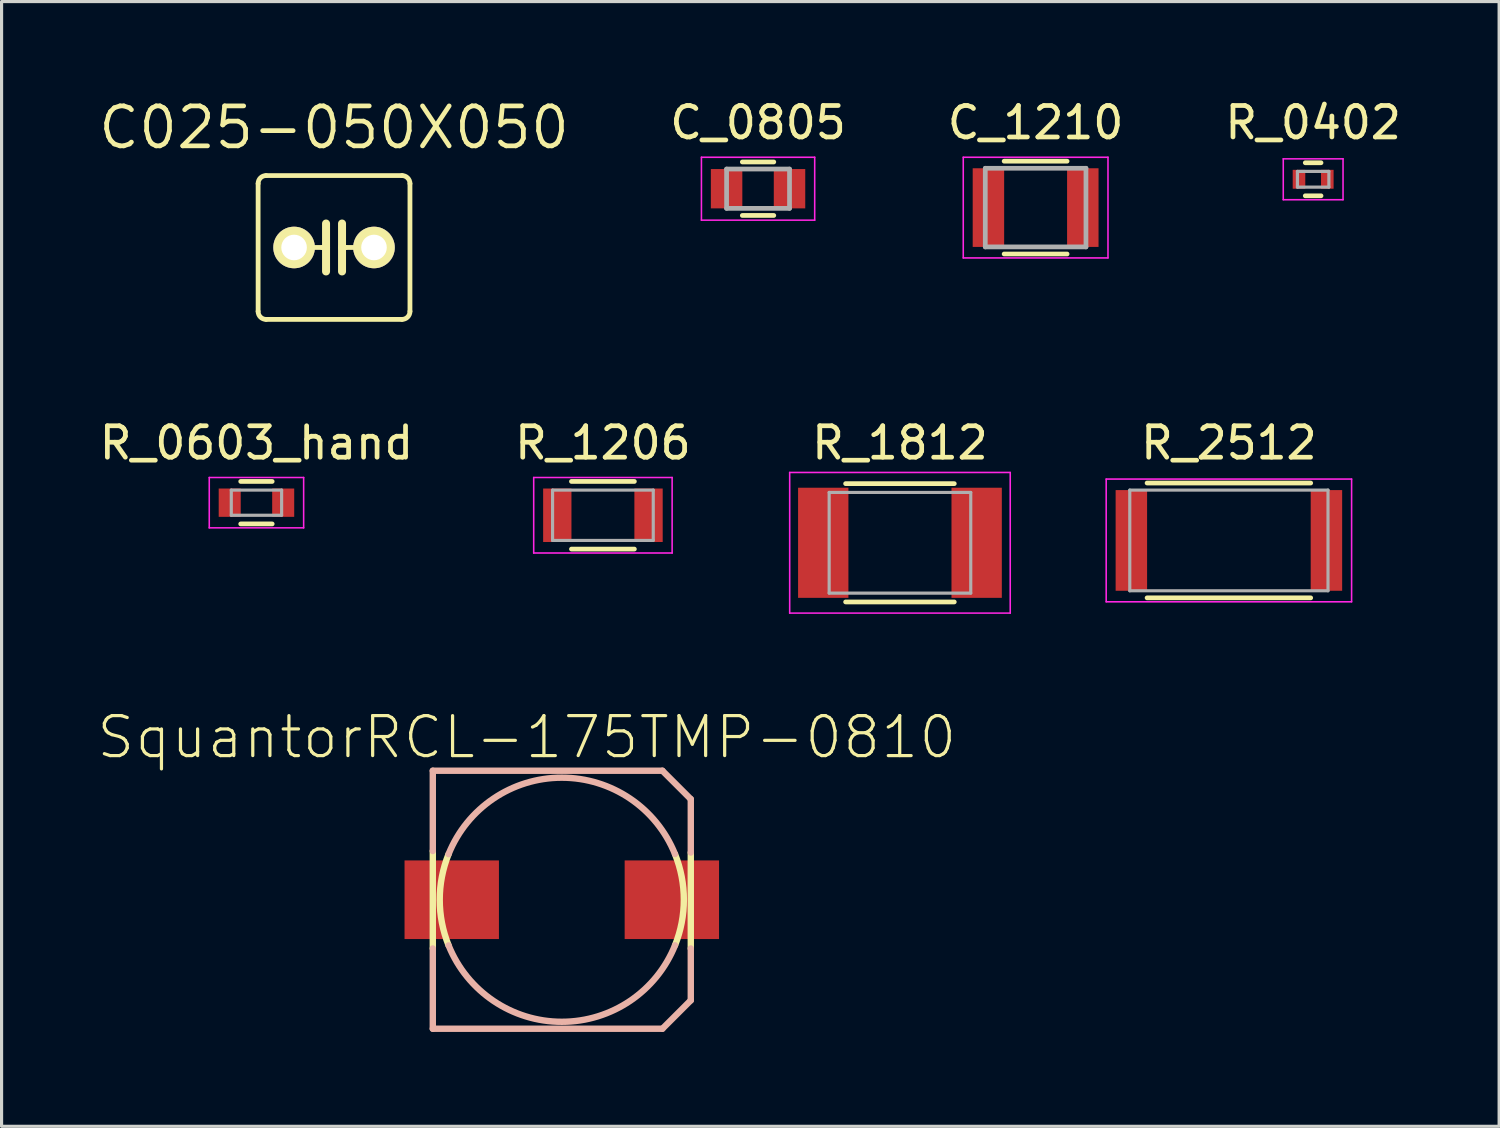
<source format=kicad_pcb>
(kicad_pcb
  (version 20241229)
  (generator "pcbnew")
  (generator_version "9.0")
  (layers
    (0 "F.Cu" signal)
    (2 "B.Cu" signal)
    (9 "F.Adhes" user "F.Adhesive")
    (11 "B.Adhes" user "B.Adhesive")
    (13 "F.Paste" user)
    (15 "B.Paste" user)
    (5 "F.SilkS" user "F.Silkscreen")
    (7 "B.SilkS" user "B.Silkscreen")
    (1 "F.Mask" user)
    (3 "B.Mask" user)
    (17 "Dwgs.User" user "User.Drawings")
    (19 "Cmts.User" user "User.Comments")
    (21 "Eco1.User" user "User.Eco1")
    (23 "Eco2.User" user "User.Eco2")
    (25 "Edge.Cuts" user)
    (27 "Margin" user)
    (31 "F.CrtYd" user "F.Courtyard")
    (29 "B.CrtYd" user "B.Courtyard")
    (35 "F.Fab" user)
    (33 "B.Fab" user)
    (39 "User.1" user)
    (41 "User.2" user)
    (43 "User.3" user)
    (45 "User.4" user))
  (footprint "C_1210"
    (layer "F.Cu")
    (at 29.866 3.548)
    (property "Reference" "C_1210" (at 0 -2.7 0) (layer "F.SilkS") (effects (font (size 1 1) (thickness 0.15))))
    (attr smd)
    (fp_line (start -1 1.475) (end 1 1.475) (stroke (width 0.15) (type solid)) (layer "F.SilkS"))
    (fp_line (start 1 -1.475) (end -1 -1.475) (stroke (width 0.15) (type solid)) (layer "F.SilkS"))
    (fp_line (start -2.3 -1.6) (end -2.3 1.6) (stroke (width 0.05) (type solid)) (layer "F.CrtYd"))
    (fp_line (start -2.3 -1.6) (end 2.3 -1.6) (stroke (width 0.05) (type solid)) (layer "F.CrtYd"))
    (fp_line (start -2.3 1.6) (end 2.3 1.6) (stroke (width 0.05) (type solid)) (layer "F.CrtYd"))
    (fp_line (start 2.3 -1.6) (end 2.3 1.6) (stroke (width 0.05) (type solid)) (layer "F.CrtYd"))
    (fp_line (start -1.6 -1.25) (end 1.6 -1.25) (stroke (width 0.15) (type solid)) (layer "F.Fab"))
    (fp_line (start -1.6 1.25) (end -1.6 -1.25) (stroke (width 0.15) (type solid)) (layer "F.Fab"))
    (fp_line (start 1.6 -1.25) (end 1.6 1.25) (stroke (width 0.15) (type solid)) (layer "F.Fab"))
    (fp_line (start 1.6 1.25) (end -1.6 1.25) (stroke (width 0.15) (type solid)) (layer "F.Fab"))
    (pad "1" smd rect (at -1.5 0) (size 1 2.5) (layers "F.Cu" "F.Mask" "F.Paste"))
    (pad "2" smd rect (at 1.5 0) (size 1 2.5) (layers "F.Cu" "F.Mask" "F.Paste")))
  (footprint "R_1206"
    (layer "F.Cu")
    (at 16.113 13.327)
    (property "Reference" "R_1206" (at 0 -2.3 0) (layer "F.SilkS") (effects (font (size 1 1) (thickness 0.15))))
    (attr smd)
    (fp_line (start -1 -1.075) (end 1 -1.075) (stroke (width 0.15) (type solid)) (layer "F.SilkS"))
    (fp_line (start 1 1.075) (end -1 1.075) (stroke (width 0.15) (type solid)) (layer "F.SilkS"))
    (fp_line (start -2.2 -1.2) (end -2.2 1.2) (stroke (width 0.05) (type solid)) (layer "F.CrtYd"))
    (fp_line (start -2.2 -1.2) (end 2.2 -1.2) (stroke (width 0.05) (type solid)) (layer "F.CrtYd"))
    (fp_line (start -2.2 1.2) (end 2.2 1.2) (stroke (width 0.05) (type solid)) (layer "F.CrtYd"))
    (fp_line (start 2.2 -1.2) (end 2.2 1.2) (stroke (width 0.05) (type solid)) (layer "F.CrtYd"))
    (fp_line (start -1.6 -0.8) (end 1.6 -0.8) (stroke (width 0.1) (type solid)) (layer "F.Fab"))
    (fp_line (start -1.6 0.8) (end -1.6 -0.8) (stroke (width 0.1) (type solid)) (layer "F.Fab"))
    (fp_line (start 1.6 -0.8) (end 1.6 0.8) (stroke (width 0.1) (type solid)) (layer "F.Fab"))
    (fp_line (start 1.6 0.8) (end -1.6 0.8) (stroke (width 0.1) (type solid)) (layer "F.Fab"))
    (pad "1" smd rect (at -1.45 0) (size 0.9 1.7) (layers "F.Cu" "F.Mask" "F.Paste"))
    (pad "2" smd rect (at 1.45 0) (size 0.9 1.7) (layers "F.Cu" "F.Mask" "F.Paste")))
  (footprint "R_0603_hand"
    (layer "F.Cu")
    (at 5.101 12.927)
    (property "Reference" "R_0603_hand" (at 0 -1.9 0) (layer "F.SilkS") (effects (font (size 1 1) (thickness 0.15))))
    (attr smd)
    (fp_line (start -0.5 -0.675) (end 0.5 -0.675) (stroke (width 0.15) (type solid)) (layer "F.SilkS"))
    (fp_line (start 0.5 0.675) (end -0.5 0.675) (stroke (width 0.15) (type solid)) (layer "F.SilkS"))
    (fp_line (start -1.5 -0.8) (end -1.5 0.8) (stroke (width 0.05) (type solid)) (layer "F.CrtYd"))
    (fp_line (start -1.5 -0.8) (end 1.5 -0.8) (stroke (width 0.05) (type solid)) (layer "F.CrtYd"))
    (fp_line (start -1.5 0.8) (end 1.5 0.8) (stroke (width 0.05) (type solid)) (layer "F.CrtYd"))
    (fp_line (start 1.5 -0.8) (end 1.5 0.8) (stroke (width 0.05) (type solid)) (layer "F.CrtYd"))
    (fp_line (start -0.8 -0.4) (end 0.8 -0.4) (stroke (width 0.1) (type solid)) (layer "F.Fab"))
    (fp_line (start -0.8 0.4) (end -0.8 -0.4) (stroke (width 0.1) (type solid)) (layer "F.Fab"))
    (fp_line (start 0.8 -0.4) (end 0.8 0.4) (stroke (width 0.1) (type solid)) (layer "F.Fab"))
    (fp_line (start 0.8 0.4) (end -0.8 0.4) (stroke (width 0.1) (type solid)) (layer "F.Fab"))
    (pad "1" smd rect (at -0.85 0) (size 0.7 0.9) (layers "F.Cu" "F.Mask" "F.Paste"))
    (pad "2" smd rect (at 0.85 0) (size 0.7 0.9) (layers "F.Cu" "F.Mask" "F.Paste")))
  (footprint "R_1812"
    (layer "F.Cu")
    (at 25.554 14.202)
    (property "Reference" "R_1812" (at 0 -3.175 0) (layer "F.SilkS") (effects (font (size 1 1) (thickness 0.15))))
    (attr smd)
    (fp_line (start -1.727 -1.88) (end 1.727 -1.88) (stroke (width 0.15) (type solid)) (layer "F.SilkS"))
    (fp_line (start -1.727 1.88) (end 1.727 1.88) (stroke (width 0.15) (type solid)) (layer "F.SilkS"))
    (fp_line (start -3.505 -2.235) (end 3.505 -2.235) (stroke (width 0.05) (type solid)) (layer "F.CrtYd"))
    (fp_line (start -3.505 2.235) (end -3.505 -2.235) (stroke (width 0.05) (type solid)) (layer "F.CrtYd"))
    (fp_line (start 3.505 -2.235) (end 3.505 2.235) (stroke (width 0.05) (type solid)) (layer "F.CrtYd"))
    (fp_line (start 3.505 2.235) (end -3.505 2.235) (stroke (width 0.05) (type solid)) (layer "F.CrtYd"))
    (fp_line (start -2.25 -1.6) (end 2.25 -1.6) (stroke (width 0.1) (type solid)) (layer "F.Fab"))
    (fp_line (start -2.25 1.6) (end -2.25 -1.6) (stroke (width 0.1) (type solid)) (layer "F.Fab"))
    (fp_line (start 2.25 -1.6) (end 2.25 1.6) (stroke (width 0.1) (type solid)) (layer "F.Fab"))
    (fp_line (start 2.25 1.6) (end -2.25 1.6) (stroke (width 0.1) (type solid)) (layer "F.Fab"))
    (pad "1" smd rect (at -2.438 0) (size 1.6 3.5) (layers "F.Cu" "F.Mask" "F.Paste"))
    (pad "2" smd rect (at 2.438 0) (size 1.6 3.5) (layers "F.Cu" "F.Mask" "F.Paste")))
  (footprint "R_2512"
    (layer "F.Cu")
    (at 36.009 14.127)
    (property "Reference" "R_2512" (at 0 -3.1 0) (layer "F.SilkS") (effects (font (size 1 1) (thickness 0.15))))
    (attr smd)
    (fp_line (start -2.6 -1.825) (end 2.6 -1.825) (stroke (width 0.15) (type solid)) (layer "F.SilkS"))
    (fp_line (start 2.6 1.825) (end -2.6 1.825) (stroke (width 0.15) (type solid)) (layer "F.SilkS"))
    (fp_line (start -3.9 -1.95) (end -3.9 1.95) (stroke (width 0.05) (type solid)) (layer "F.CrtYd"))
    (fp_line (start -3.9 -1.95) (end 3.9 -1.95) (stroke (width 0.05) (type solid)) (layer "F.CrtYd"))
    (fp_line (start -3.9 1.95) (end 3.9 1.95) (stroke (width 0.05) (type solid)) (layer "F.CrtYd"))
    (fp_line (start 3.9 -1.95) (end 3.9 1.95) (stroke (width 0.05) (type solid)) (layer "F.CrtYd"))
    (fp_line (start -3.15 -1.6) (end 3.15 -1.6) (stroke (width 0.1) (type solid)) (layer "F.Fab"))
    (fp_line (start -3.15 1.6) (end -3.15 -1.6) (stroke (width 0.1) (type solid)) (layer "F.Fab"))
    (fp_line (start 3.15 -1.6) (end 3.15 1.6) (stroke (width 0.1) (type solid)) (layer "F.Fab"))
    (fp_line (start 3.15 1.6) (end -3.15 1.6) (stroke (width 0.1) (type solid)) (layer "F.Fab"))
    (pad "1" smd rect (at -3.1 0) (size 1 3.2) (layers "F.Cu" "F.Mask" "F.Paste"))
    (pad "2" smd rect (at 3.1 0) (size 1 3.2) (layers "F.Cu" "F.Mask" "F.Paste")))
  (footprint "R_0402"
    (layer "F.Cu")
    (at 38.687 2.648)
    (property "Reference" "R_0402" (at 0 -1.8 0) (layer "F.SilkS") (effects (font (size 1 1) (thickness 0.15))))
    (attr smd)
    (fp_line (start -0.25 0.525) (end 0.25 0.525) (stroke (width 0.15) (type solid)) (layer "F.SilkS"))
    (fp_line (start 0.25 -0.525) (end -0.25 -0.525) (stroke (width 0.15) (type solid)) (layer "F.SilkS"))
    (fp_line (start -0.95 -0.65) (end -0.95 0.65) (stroke (width 0.05) (type solid)) (layer "F.CrtYd"))
    (fp_line (start -0.95 -0.65) (end 0.95 -0.65) (stroke (width 0.05) (type solid)) (layer "F.CrtYd"))
    (fp_line (start -0.95 0.65) (end 0.95 0.65) (stroke (width 0.05) (type solid)) (layer "F.CrtYd"))
    (fp_line (start 0.95 -0.65) (end 0.95 0.65) (stroke (width 0.05) (type solid)) (layer "F.CrtYd"))
    (fp_line (start -0.5 -0.25) (end 0.5 -0.25) (stroke (width 0.1) (type solid)) (layer "F.Fab"))
    (fp_line (start -0.5 0.25) (end -0.5 -0.25) (stroke (width 0.1) (type solid)) (layer "F.Fab"))
    (fp_line (start 0.5 -0.25) (end 0.5 0.25) (stroke (width 0.1) (type solid)) (layer "F.Fab"))
    (fp_line (start 0.5 0.25) (end -0.5 0.25) (stroke (width 0.1) (type solid)) (layer "F.Fab"))
    (pad "1" smd rect (at -0.45 0) (size 0.4 0.6) (layers "F.Cu" "F.Mask" "F.Paste"))
    (pad "2" smd rect (at 0.45 0) (size 0.4 0.6) (layers "F.Cu" "F.Mask" "F.Paste")))
  (footprint "C025-050X050"
    (layer "F.Cu")
    (at 7.567 4.816)
    (property "Reference" "C025-050X050" (at 0 -3.81 0) (layer "F.SilkS") (effects (font (size 1.27 1.27) (thickness 0.15))))
    (attr exclude_from_pos_files exclude_from_bom)
    (fp_line (start -2.413 -2.032) (end -2.413 2.032) (stroke (width 0.152) (type solid)) (layer "F.SilkS"))
    (fp_line (start -2.159 -2.286) (end 2.159 -2.286) (stroke (width 0.152) (type solid)) (layer "F.SilkS"))
    (fp_line (start -0.381 0) (end -0.762 0) (stroke (width 0.152) (type solid)) (layer "F.SilkS"))
    (fp_line (start -0.254 -0.762) (end -0.254 0) (stroke (width 0.254) (type solid)) (layer "F.SilkS"))
    (fp_line (start -0.254 0) (end -0.381 0) (stroke (width 0.152) (type solid)) (layer "F.SilkS"))
    (fp_line (start -0.254 0) (end -0.254 0.762) (stroke (width 0.254) (type solid)) (layer "F.SilkS"))
    (fp_line (start 0.254 0) (end 0.254 -0.762) (stroke (width 0.254) (type solid)) (layer "F.SilkS"))
    (fp_line (start 0.254 0) (end 0.254 0.762) (stroke (width 0.254) (type solid)) (layer "F.SilkS"))
    (fp_line (start 0.381 0) (end 0.254 0) (stroke (width 0.152) (type solid)) (layer "F.SilkS"))
    (fp_line (start 0.762 0) (end 0.381 0) (stroke (width 0.152) (type solid)) (layer "F.SilkS"))
    (fp_line (start 2.159 2.286) (end -2.159 2.286) (stroke (width 0.152) (type solid)) (layer "F.SilkS"))
    (fp_line (start 2.413 -2.032) (end 2.413 2.032) (stroke (width 0.152) (type solid)) (layer "F.SilkS"))
    (fp_arc (start -2.413 -2.032) (mid -2.338605 -2.211605) (end -2.159 -2.286) (stroke (width 0.1524) (type solid)) (layer "F.SilkS"))
    (fp_arc (start -2.159 2.286) (mid -2.338605 2.211605) (end -2.413 2.032) (stroke (width 0.1524) (type solid)) (layer "F.SilkS"))
    (fp_arc (start 2.159 -2.286) (mid 2.338605 -2.211605) (end 2.413 -2.032) (stroke (width 0.1524) (type solid)) (layer "F.SilkS"))
    (fp_arc (start 2.413 2.032) (mid 2.338605 2.211605) (end 2.159 2.286) (stroke (width 0.1524) (type solid)) (layer "F.SilkS"))
    (pad "1" thru_hole circle (at -1.27 0) (size 1.321 1.321) (drill 0.813) (layers "*.Cu" "*.Mask" "F.SilkS" "F.Paste"))
    (pad "2" thru_hole circle (at 1.27 0) (size 1.321 1.321) (drill 0.813) (layers "*.Cu" "*.Mask" "F.SilkS" "F.Paste")))
  (footprint "SquantorRCL-175TMP-0810"
    (layer "F.Cu")
    (at 14.806 25.547)
    (property "Reference" "SquantorRCL-175TMP-0810" (at -1.113 -5.164 0) (layer "F.SilkS") (effects (font (size 1.27 1.27) (thickness 0.102))))
    (attr smd)
    (fp_line (start -4.1 1.549) (end -4.1 -1.549) (stroke (width 0.203) (type solid)) (layer "F.SilkS"))
    (fp_line (start 4.1 -1.499) (end 4.1 1.549) (stroke (width 0.203) (type solid)) (layer "F.SilkS"))
    (fp_arc (start -3.59918 1.4478) (mid -3.879461 0.000871) (end -3.59983 -1.446183) (stroke (width 0.2032) (type solid)) (layer "F.SilkS"))
    (fp_arc (start 3.59918 -1.4478) (mid 3.879461 -0.000871) (end 3.59983 1.446183) (stroke (width 0.2032) (type solid)) (layer "F.SilkS"))
    (fp_line (start -4.1 -4.1) (end 3.198 -4.1) (stroke (width 0.203) (type solid)) (layer "B.SilkS"))
    (fp_line (start -4.1 -1.549) (end -4.1 -4.1) (stroke (width 0.203) (type solid)) (layer "B.SilkS"))
    (fp_line (start -4.1 4.1) (end -4.1 1.549) (stroke (width 0.203) (type solid)) (layer "B.SilkS"))
    (fp_line (start 3.198 -4.1) (end 4.1 -3.198) (stroke (width 0.203) (type solid)) (layer "B.SilkS"))
    (fp_line (start 3.198 4.1) (end -4.1 4.1) (stroke (width 0.203) (type solid)) (layer "B.SilkS"))
    (fp_line (start 4.1 -3.198) (end 4.1 -1.499) (stroke (width 0.203) (type solid)) (layer "B.SilkS"))
    (fp_line (start 4.1 1.549) (end 4.1 3.198) (stroke (width 0.203) (type solid)) (layer "B.SilkS"))
    (fp_line (start 4.1 3.198) (end 3.198 4.1) (stroke (width 0.203) (type solid)) (layer "B.SilkS"))
    (fp_arc (start -3.59918 -1.4478) (mid -0.002514 -3.879461) (end 3.5973 -1.452464) (stroke (width 0.2032) (type solid)) (layer "B.SilkS"))
    (fp_arc (start 3.59918 1.4478) (mid 0.002514 3.879461) (end -3.5973 1.452464) (stroke (width 0.2032) (type solid)) (layer "B.SilkS"))
    (pad "+" smd rect (at 3.498 0) (size 3 2.499) (layers "F.Cu" "F.Mask" "F.Paste"))
    (pad "-" smd rect (at -3.498 0) (size 3 2.499) (layers "F.Cu" "F.Mask" "F.Paste")))
  (footprint "C_0805"
    (layer "F.Cu")
    (at 21.044 2.948)
    (property "Reference" "C_0805" (at 0 -2.1 0) (layer "F.SilkS") (effects (font (size 1 1) (thickness 0.15))))
    (attr smd)
    (fp_line (start -0.5 0.85) (end 0.5 0.85) (stroke (width 0.15) (type solid)) (layer "F.SilkS"))
    (fp_line (start 0.5 -0.85) (end -0.5 -0.85) (stroke (width 0.15) (type solid)) (layer "F.SilkS"))
    (fp_line (start -1.8 -1) (end -1.8 1) (stroke (width 0.05) (type solid)) (layer "F.CrtYd"))
    (fp_line (start -1.8 -1) (end 1.8 -1) (stroke (width 0.05) (type solid)) (layer "F.CrtYd"))
    (fp_line (start -1.8 1) (end 1.8 1) (stroke (width 0.05) (type solid)) (layer "F.CrtYd"))
    (fp_line (start 1.8 -1) (end 1.8 1) (stroke (width 0.05) (type solid)) (layer "F.CrtYd"))
    (fp_line (start -1 -0.625) (end 1 -0.625) (stroke (width 0.15) (type solid)) (layer "F.Fab"))
    (fp_line (start -1 0.625) (end -1 -0.625) (stroke (width 0.15) (type solid)) (layer "F.Fab"))
    (fp_line (start 1 -0.625) (end 1 0.625) (stroke (width 0.15) (type solid)) (layer "F.Fab"))
    (fp_line (start 1 0.625) (end -1 0.625) (stroke (width 0.15) (type solid)) (layer "F.Fab"))
    (pad "1" smd rect (at -1 0) (size 1 1.25) (layers "F.Cu" "F.Mask" "F.Paste"))
    (pad "2" smd rect (at 1 0) (size 1 1.25) (layers "F.Cu" "F.Mask" "F.Paste")))
  (gr_rect
    (start -3 -3)
    (end 44.598 32.748)
    (stroke (width 0.1) (type default))
    (fill no)
    (layer "Edge.Cuts")))
</source>
